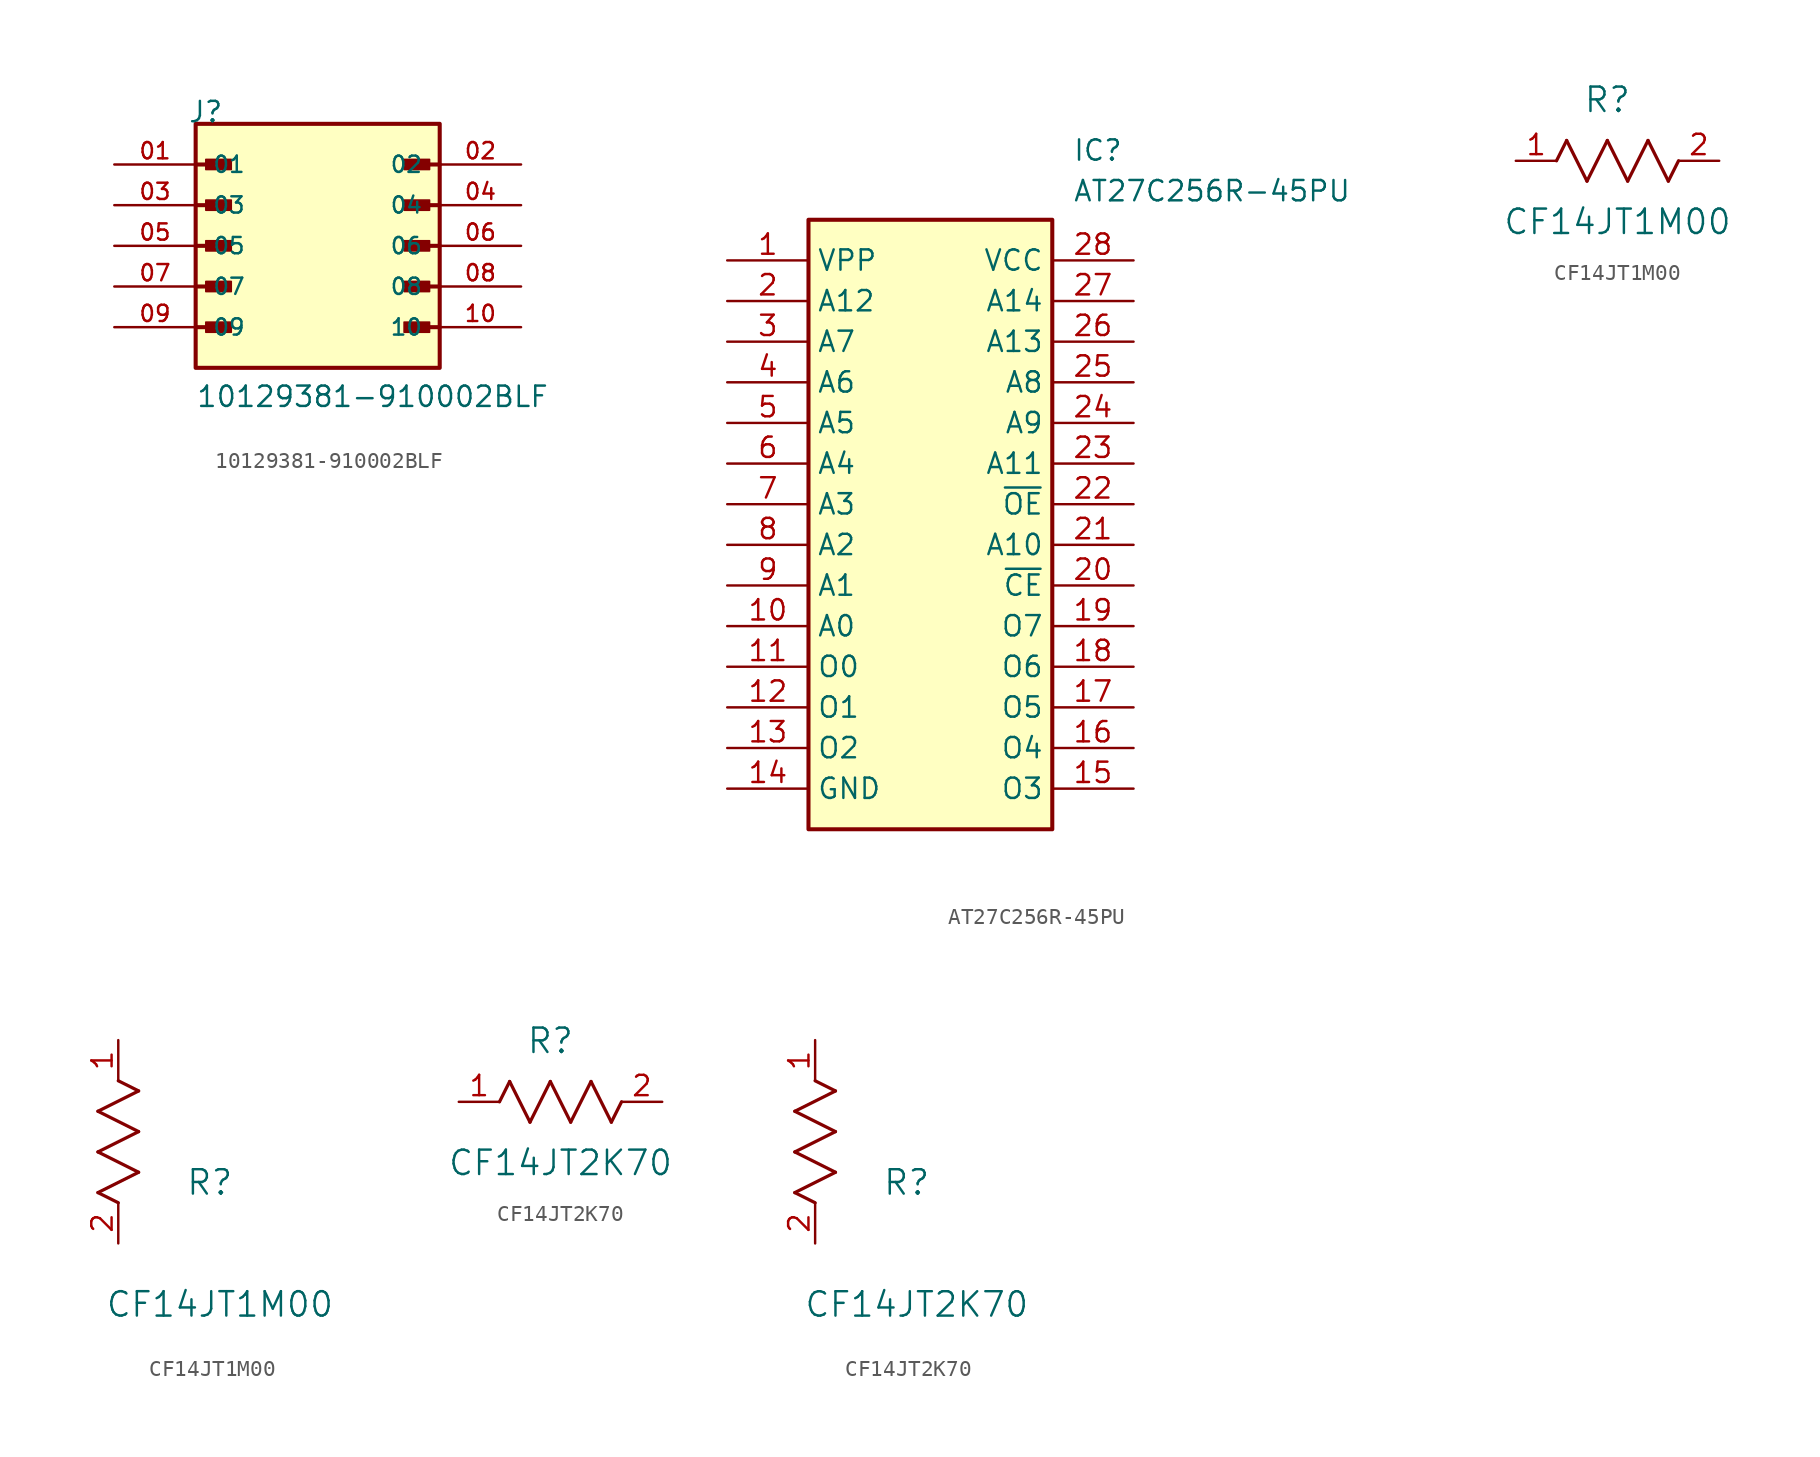
<source format=kicad_sym>
(kicad_symbol_lib
  (version 20211014)
  (generator SamacSys_ECAD_Model)
  (symbol "10129381-910002BLF"
    (pin_names
      (offset 1.016))
    (property "Reference" "J"
      (at -8.12 7.62 0)
      (effects (font (size 1.27 1.27)) (justify left bottom)))
    (property "Value" "10129381-910002BLF"
      (at -7.62 -10.16 0)
      (effects (font (size 1.27 1.27)) (justify left bottom)))
    (symbol "10129381-910002BLF_0_0"
      (polyline (pts (xy -7.62 5.08) (xy -5.715 5.08)) (stroke (width 0.254) (type default)) (fill (type none)))
      (polyline (pts (xy -7.62 2.54) (xy -5.715 2.54)) (stroke (width 0.254) (type default)) (fill (type none)))
      (polyline (pts (xy -7.62 0) (xy -5.715 0)) (stroke (width 0.254) (type default)) (fill (type none)))
      (polyline (pts (xy -7.62 -2.54) (xy -5.715 -2.54)) (stroke (width 0.254) (type default)) (fill (type none)))
      (polyline (pts (xy -7.62 -5.08) (xy -5.715 -5.08)) (stroke (width 0.254) (type default)) (fill (type none)))
      (rectangle (start -7.62 -7.62) (end 7.62 7.62) (stroke (width 0.254) (type default)) (fill (type background)))
      (rectangle (start -6.985 4.763) (end -5.397 5.397) (stroke (width 0.1) (type default)) (fill (type outline)))
      (rectangle (start -6.985 2.223) (end -5.397 2.857) (stroke (width 0.1) (type default)) (fill (type outline)))
      (rectangle (start -6.985 -0.318) (end -5.397 0.318) (stroke (width 0.1) (type default)) (fill (type outline)))
      (rectangle (start -6.985 -2.857) (end -5.397 -2.223) (stroke (width 0.1) (type default)) (fill (type outline)))
      (rectangle (start -6.985 -5.397) (end -5.397 -4.763) (stroke (width 0.1) (type default)) (fill (type outline)))
      (rectangle (start 6.985 4.763) (end 5.397 5.397) (stroke (width 0.1) (type default)) (fill (type outline)))
      (rectangle (start 6.985 2.223) (end 5.397 2.857) (stroke (width 0.1) (type default)) (fill (type outline)))
      (rectangle (start 6.985 -0.318) (end 5.397 0.318) (stroke (width 0.1) (type default)) (fill (type outline)))
      (rectangle (start 6.985 -2.857) (end 5.397 -2.223) (stroke (width 0.1) (type default)) (fill (type outline)))
      (rectangle (start 6.985 -5.397) (end 5.397 -4.763) (stroke (width 0.1) (type default)) (fill (type outline)))
      (polyline (pts (xy 7.62 5.08) (xy 5.715 5.08)) (stroke (width 0.254) (type default)) (fill (type none)))
      (polyline (pts (xy 7.62 2.54) (xy 5.715 2.54)) (stroke (width 0.254) (type default)) (fill (type none)))
      (polyline (pts (xy 7.62 0) (xy 5.715 0)) (stroke (width 0.254) (type default)) (fill (type none)))
      (polyline (pts (xy 7.62 -2.54) (xy 5.715 -2.54)) (stroke (width 0.254) (type default)) (fill (type none)))
      (polyline (pts (xy 7.62 -5.08) (xy 5.715 -5.08)) (stroke (width 0.254) (type default)) (fill (type none)))
      (pin passive line (at -12.7 5.08 0) (length 5.08) (name "01" (effects (font (size 1.016 1.016)))) (number "01" (effects (font (size 1.016 1.016)))))
      (pin passive line (at -12.7 2.54 0) (length 5.08) (name "03" (effects (font (size 1.016 1.016)))) (number "03" (effects (font (size 1.016 1.016)))))
      (pin passive line (at -12.7 0 0) (length 5.08) (name "05" (effects (font (size 1.016 1.016)))) (number "05" (effects (font (size 1.016 1.016)))))
      (pin passive line (at -12.7 -2.54 0) (length 5.08) (name "07" (effects (font (size 1.016 1.016)))) (number "07" (effects (font (size 1.016 1.016)))))
      (pin passive line (at -12.7 -5.08 0) (length 5.08) (name "09" (effects (font (size 1.016 1.016)))) (number "09" (effects (font (size 1.016 1.016)))))
      (pin passive line (at 12.7 5.08 180) (length 5.08) (name "02" (effects (font (size 1.016 1.016)))) (number "02" (effects (font (size 1.016 1.016)))))
      (pin passive line (at 12.7 2.54 180) (length 5.08) (name "04" (effects (font (size 1.016 1.016)))) (number "04" (effects (font (size 1.016 1.016)))))
      (pin passive line (at 12.7 0 180) (length 5.08) (name "06" (effects (font (size 1.016 1.016)))) (number "06" (effects (font (size 1.016 1.016)))))
      (pin passive line (at 12.7 -2.54 180) (length 5.08) (name "08" (effects (font (size 1.016 1.016)))) (number "08" (effects (font (size 1.016 1.016)))))
      (pin passive line (at 12.7 -5.08 180) (length 5.08) (name "10" (effects (font (size 1.016 1.016)))) (number "10" (effects (font (size 1.016 1.016)))))))
  (symbol "AT27C256R-45PU"
    (property "Reference" "IC"
      (at 21.59 7.62 0)
      (effects (font (size 1.27 1.27)) (justify left top)))
    (property "Value" "AT27C256R-45PU"
      (at 21.59 5.08 0)
      (effects (font (size 1.27 1.27)) (justify left top)))
    (symbol "AT27C256R-45PU_1_1"
      (rectangle (start 5.08 2.54) (end 20.32 -35.56) (stroke (width 0.254) (type default)) (fill (type background)))
      (pin passive line (at 0 0 0) (length 5.08) (name "VPP" (effects (font (size 1.27 1.27)))) (number "1" (effects (font (size 1.27 1.27)))))
      (pin passive line (at 0 -2.54 0) (length 5.08) (name "A12" (effects (font (size 1.27 1.27)))) (number "2" (effects (font (size 1.27 1.27)))))
      (pin passive line (at 0 -5.08 0) (length 5.08) (name "A7" (effects (font (size 1.27 1.27)))) (number "3" (effects (font (size 1.27 1.27)))))
      (pin passive line (at 0 -7.62 0) (length 5.08) (name "A6" (effects (font (size 1.27 1.27)))) (number "4" (effects (font (size 1.27 1.27)))))
      (pin passive line (at 0 -10.16 0) (length 5.08) (name "A5" (effects (font (size 1.27 1.27)))) (number "5" (effects (font (size 1.27 1.27)))))
      (pin passive line (at 0 -12.7 0) (length 5.08) (name "A4" (effects (font (size 1.27 1.27)))) (number "6" (effects (font (size 1.27 1.27)))))
      (pin passive line (at 0 -15.24 0) (length 5.08) (name "A3" (effects (font (size 1.27 1.27)))) (number "7" (effects (font (size 1.27 1.27)))))
      (pin passive line (at 0 -17.78 0) (length 5.08) (name "A2" (effects (font (size 1.27 1.27)))) (number "8" (effects (font (size 1.27 1.27)))))
      (pin passive line (at 0 -20.32 0) (length 5.08) (name "A1" (effects (font (size 1.27 1.27)))) (number "9" (effects (font (size 1.27 1.27)))))
      (pin passive line (at 0 -22.86 0) (length 5.08) (name "A0" (effects (font (size 1.27 1.27)))) (number "10" (effects (font (size 1.27 1.27)))))
      (pin passive line (at 0 -25.4 0) (length 5.08) (name "O0" (effects (font (size 1.27 1.27)))) (number "11" (effects (font (size 1.27 1.27)))))
      (pin passive line (at 0 -27.94 0) (length 5.08) (name "O1" (effects (font (size 1.27 1.27)))) (number "12" (effects (font (size 1.27 1.27)))))
      (pin passive line (at 0 -30.48 0) (length 5.08) (name "O2" (effects (font (size 1.27 1.27)))) (number "13" (effects (font (size 1.27 1.27)))))
      (pin passive line (at 0 -33.02 0) (length 5.08) (name "GND" (effects (font (size 1.27 1.27)))) (number "14" (effects (font (size 1.27 1.27)))))
      (pin passive line (at 25.4 0 180) (length 5.08) (name "VCC" (effects (font (size 1.27 1.27)))) (number "28" (effects (font (size 1.27 1.27)))))
      (pin passive line (at 25.4 -2.54 180) (length 5.08) (name "A14" (effects (font (size 1.27 1.27)))) (number "27" (effects (font (size 1.27 1.27)))))
      (pin passive line (at 25.4 -5.08 180) (length 5.08) (name "A13" (effects (font (size 1.27 1.27)))) (number "26" (effects (font (size 1.27 1.27)))))
      (pin passive line (at 25.4 -7.62 180) (length 5.08) (name "A8" (effects (font (size 1.27 1.27)))) (number "25" (effects (font (size 1.27 1.27)))))
      (pin passive line (at 25.4 -10.16 180) (length 5.08) (name "A9" (effects (font (size 1.27 1.27)))) (number "24" (effects (font (size 1.27 1.27)))))
      (pin passive line (at 25.4 -12.7 180) (length 5.08) (name "A11" (effects (font (size 1.27 1.27)))) (number "23" (effects (font (size 1.27 1.27)))))
      (pin passive line (at 25.4 -15.24 180) (length 5.08) (name "~{OE}" (effects (font (size 1.27 1.27)))) (number "22" (effects (font (size 1.27 1.27)))))
      (pin passive line (at 25.4 -17.78 180) (length 5.08) (name "A10" (effects (font (size 1.27 1.27)))) (number "21" (effects (font (size 1.27 1.27)))))
      (pin passive line (at 25.4 -20.32 180) (length 5.08) (name "~{CE}" (effects (font (size 1.27 1.27)))) (number "20" (effects (font (size 1.27 1.27)))))
      (pin passive line (at 25.4 -22.86 180) (length 5.08) (name "O7" (effects (font (size 1.27 1.27)))) (number "19" (effects (font (size 1.27 1.27)))))
      (pin passive line (at 25.4 -25.4 180) (length 5.08) (name "O6" (effects (font (size 1.27 1.27)))) (number "18" (effects (font (size 1.27 1.27)))))
      (pin passive line (at 25.4 -27.94 180) (length 5.08) (name "O5" (effects (font (size 1.27 1.27)))) (number "17" (effects (font (size 1.27 1.27)))))
      (pin passive line (at 25.4 -30.48 180) (length 5.08) (name "O4" (effects (font (size 1.27 1.27)))) (number "16" (effects (font (size 1.27 1.27)))))
      (pin passive line (at 25.4 -33.02 180) (length 5.08) (name "O3" (effects (font (size 1.27 1.27)))) (number "15" (effects (font (size 1.27 1.27)))))))
  (symbol "CF14JT1M00"
    (pin_names
      (offset 0.254))
    (property "Reference" "R"
      (at 5.715 3.81 0)
      (effects (font (size 1.524 1.524))))
    (property "Value" "CF14JT1M00"
      (at 6.35 -3.81 0)
      (effects (font (size 1.524 1.524))))
    (property "ki_locked" ""
      (at 0 0 0)
      (effects (font (size 1.27 1.27))))
    (symbol "CF14JT1M00_1_1"
      (polyline (pts (xy 2.54 0) (xy 3.175 1.27)) (stroke (width 0.203) (type default)) (fill (type none)))
      (polyline (pts (xy 3.175 1.27) (xy 4.445 -1.27)) (stroke (width 0.203) (type default)) (fill (type none)))
      (polyline (pts (xy 4.445 -1.27) (xy 5.715 1.27)) (stroke (width 0.203) (type default)) (fill (type none)))
      (polyline (pts (xy 5.715 1.27) (xy 6.985 -1.27)) (stroke (width 0.203) (type default)) (fill (type none)))
      (polyline (pts (xy 6.985 -1.27) (xy 8.255 1.27)) (stroke (width 0.203) (type default)) (fill (type none)))
      (polyline (pts (xy 8.255 1.27) (xy 9.525 -1.27)) (stroke (width 0.203) (type default)) (fill (type none)))
      (polyline (pts (xy 9.525 -1.27) (xy 10.16 0)) (stroke (width 0.203) (type default)) (fill (type none)))
      (pin unspecified line (at 0 0 0) (length 2.54) (name "" (effects (font (size 1.27 1.27)))) (number "1" (effects (font (size 1.27 1.27)))))
      (pin unspecified line (at 12.7 0 180) (length 2.54) (name "" (effects (font (size 1.27 1.27)))) (number "2" (effects (font (size 1.27 1.27))))))
    (symbol "CF14JT1M00_1_2"
      (polyline (pts (xy -1.27 8.255) (xy 1.27 9.525)) (stroke (width 0.203) (type default)) (fill (type none)))
      (polyline (pts (xy -1.27 5.715) (xy 1.27 6.985)) (stroke (width 0.203) (type default)) (fill (type none)))
      (polyline (pts (xy -1.27 3.175) (xy 1.27 4.445)) (stroke (width 0.203) (type default)) (fill (type none)))
      (polyline (pts (xy 0 2.54) (xy -1.27 3.175)) (stroke (width 0.203) (type default)) (fill (type none)))
      (polyline (pts (xy 1.27 9.525) (xy 0 10.16)) (stroke (width 0.203) (type default)) (fill (type none)))
      (polyline (pts (xy 1.27 6.985) (xy -1.27 8.255)) (stroke (width 0.203) (type default)) (fill (type none)))
      (polyline (pts (xy 1.27 4.445) (xy -1.27 5.715)) (stroke (width 0.203) (type default)) (fill (type none)))
      (pin unspecified line (at 0 12.7 270) (length 2.54) (name "" (effects (font (size 1.27 1.27)))) (number "1" (effects (font (size 1.27 1.27)))))
      (pin unspecified line (at 0 0 90) (length 2.54) (name "" (effects (font (size 1.27 1.27)))) (number "2" (effects (font (size 1.27 1.27)))))))
  (symbol "CF14JT2K70"
    (pin_names
      (offset 0.254))
    (property "Reference" "R"
      (at 5.715 3.81 0)
      (effects (font (size 1.524 1.524))))
    (property "Value" "CF14JT2K70"
      (at 6.35 -3.81 0)
      (effects (font (size 1.524 1.524))))
    (property "ki_locked" ""
      (at 0 0 0)
      (effects (font (size 1.27 1.27))))
    (symbol "CF14JT2K70_1_1"
      (polyline (pts (xy 2.54 0) (xy 3.175 1.27)) (stroke (width 0.203) (type default)) (fill (type none)))
      (polyline (pts (xy 3.175 1.27) (xy 4.445 -1.27)) (stroke (width 0.203) (type default)) (fill (type none)))
      (polyline (pts (xy 4.445 -1.27) (xy 5.715 1.27)) (stroke (width 0.203) (type default)) (fill (type none)))
      (polyline (pts (xy 5.715 1.27) (xy 6.985 -1.27)) (stroke (width 0.203) (type default)) (fill (type none)))
      (polyline (pts (xy 6.985 -1.27) (xy 8.255 1.27)) (stroke (width 0.203) (type default)) (fill (type none)))
      (polyline (pts (xy 8.255 1.27) (xy 9.525 -1.27)) (stroke (width 0.203) (type default)) (fill (type none)))
      (polyline (pts (xy 9.525 -1.27) (xy 10.16 0)) (stroke (width 0.203) (type default)) (fill (type none)))
      (pin unspecified line (at 0 0 0) (length 2.54) (name "" (effects (font (size 1.27 1.27)))) (number "1" (effects (font (size 1.27 1.27)))))
      (pin unspecified line (at 12.7 0 180) (length 2.54) (name "" (effects (font (size 1.27 1.27)))) (number "2" (effects (font (size 1.27 1.27))))))
    (symbol "CF14JT2K70_1_2"
      (polyline (pts (xy -1.27 8.255) (xy 1.27 9.525)) (stroke (width 0.203) (type default)) (fill (type none)))
      (polyline (pts (xy -1.27 5.715) (xy 1.27 6.985)) (stroke (width 0.203) (type default)) (fill (type none)))
      (polyline (pts (xy -1.27 3.175) (xy 1.27 4.445)) (stroke (width 0.203) (type default)) (fill (type none)))
      (polyline (pts (xy 0 2.54) (xy -1.27 3.175)) (stroke (width 0.203) (type default)) (fill (type none)))
      (polyline (pts (xy 1.27 9.525) (xy 0 10.16)) (stroke (width 0.203) (type default)) (fill (type none)))
      (polyline (pts (xy 1.27 6.985) (xy -1.27 8.255)) (stroke (width 0.203) (type default)) (fill (type none)))
      (polyline (pts (xy 1.27 4.445) (xy -1.27 5.715)) (stroke (width 0.203) (type default)) (fill (type none)))
      (pin unspecified line (at 0 12.7 270) (length 2.54) (name "" (effects (font (size 1.27 1.27)))) (number "1" (effects (font (size 1.27 1.27)))))
      (pin unspecified line (at 0 0 90) (length 2.54) (name "" (effects (font (size 1.27 1.27)))) (number "2" (effects (font (size 1.27 1.27))))))))
</source>
